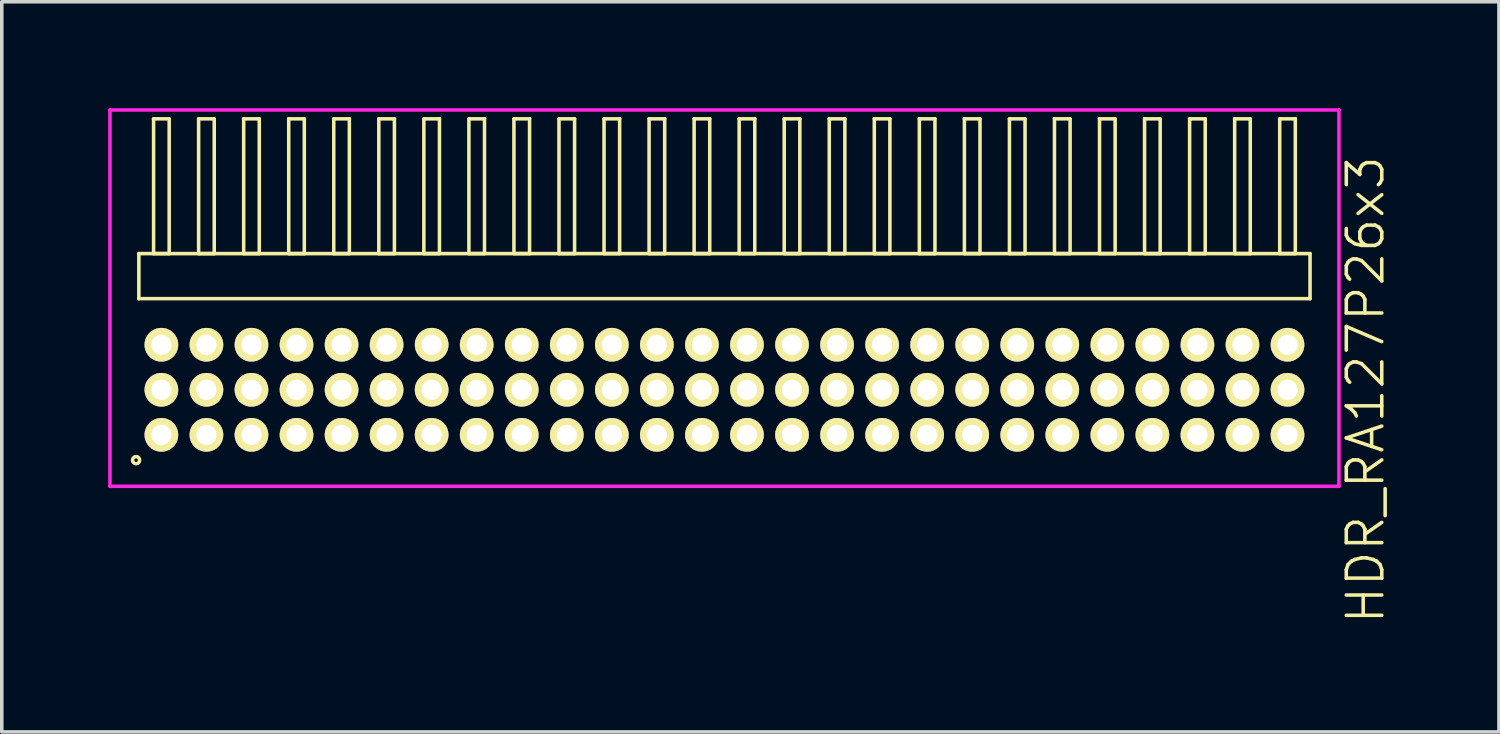
<source format=kicad_pcb>
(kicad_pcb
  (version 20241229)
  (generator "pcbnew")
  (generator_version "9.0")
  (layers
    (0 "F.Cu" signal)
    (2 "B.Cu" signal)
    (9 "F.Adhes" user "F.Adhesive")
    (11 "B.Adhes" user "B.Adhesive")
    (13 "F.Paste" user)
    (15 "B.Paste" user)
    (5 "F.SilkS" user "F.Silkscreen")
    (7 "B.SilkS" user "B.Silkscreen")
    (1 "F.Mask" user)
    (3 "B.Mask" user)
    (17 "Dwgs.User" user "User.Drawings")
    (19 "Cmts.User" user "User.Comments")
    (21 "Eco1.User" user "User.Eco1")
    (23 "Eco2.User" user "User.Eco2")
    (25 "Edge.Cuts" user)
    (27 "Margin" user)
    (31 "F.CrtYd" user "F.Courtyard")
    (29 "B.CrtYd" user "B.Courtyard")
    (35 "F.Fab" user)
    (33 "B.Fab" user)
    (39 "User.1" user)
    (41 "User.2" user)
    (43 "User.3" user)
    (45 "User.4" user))
  (footprint "HDR_RA127P26x3"
    (layer "F.Cu")
    (at 17.375 7.94)
    (property "Reference" "HDR_RA127P26x3" (at 18.075 0 90) (layer "F.SilkS") (effects (font (size 1 1) (thickness 0.1))))
    (attr through_hole)
    (fp_line (start -16.51 -3.84) (end -16.51 -2.57) (stroke (width 0.1) (type solid)) (layer "F.SilkS"))
    (fp_line (start -16.51 -2.57) (end 16.51 -2.57) (stroke (width 0.1) (type solid)) (layer "F.SilkS"))
    (fp_line (start -16.095 -7.64) (end -16.095 -3.84) (stroke (width 0.1) (type solid)) (layer "F.SilkS"))
    (fp_line (start -16.095 -3.84) (end -15.655 -3.84) (stroke (width 0.1) (type solid)) (layer "F.SilkS"))
    (fp_line (start -15.655 -7.64) (end -16.095 -7.64) (stroke (width 0.1) (type solid)) (layer "F.SilkS"))
    (fp_line (start -15.655 -3.84) (end -15.655 -7.64) (stroke (width 0.1) (type solid)) (layer "F.SilkS"))
    (fp_line (start -14.825 -7.64) (end -14.825 -3.84) (stroke (width 0.1) (type solid)) (layer "F.SilkS"))
    (fp_line (start -14.825 -3.84) (end -14.385 -3.84) (stroke (width 0.1) (type solid)) (layer "F.SilkS"))
    (fp_line (start -14.385 -7.64) (end -14.825 -7.64) (stroke (width 0.1) (type solid)) (layer "F.SilkS"))
    (fp_line (start -14.385 -3.84) (end -14.385 -7.64) (stroke (width 0.1) (type solid)) (layer "F.SilkS"))
    (fp_line (start -13.555 -7.64) (end -13.555 -3.84) (stroke (width 0.1) (type solid)) (layer "F.SilkS"))
    (fp_line (start -13.555 -3.84) (end -13.115 -3.84) (stroke (width 0.1) (type solid)) (layer "F.SilkS"))
    (fp_line (start -13.115 -7.64) (end -13.555 -7.64) (stroke (width 0.1) (type solid)) (layer "F.SilkS"))
    (fp_line (start -13.115 -3.84) (end -13.115 -7.64) (stroke (width 0.1) (type solid)) (layer "F.SilkS"))
    (fp_line (start -12.285 -7.64) (end -12.285 -3.84) (stroke (width 0.1) (type solid)) (layer "F.SilkS"))
    (fp_line (start -12.285 -3.84) (end -11.845 -3.84) (stroke (width 0.1) (type solid)) (layer "F.SilkS"))
    (fp_line (start -11.845 -7.64) (end -12.285 -7.64) (stroke (width 0.1) (type solid)) (layer "F.SilkS"))
    (fp_line (start -11.845 -3.84) (end -11.845 -7.64) (stroke (width 0.1) (type solid)) (layer "F.SilkS"))
    (fp_line (start -11.015 -7.64) (end -11.015 -3.84) (stroke (width 0.1) (type solid)) (layer "F.SilkS"))
    (fp_line (start -11.015 -3.84) (end -10.575 -3.84) (stroke (width 0.1) (type solid)) (layer "F.SilkS"))
    (fp_line (start -10.575 -7.64) (end -11.015 -7.64) (stroke (width 0.1) (type solid)) (layer "F.SilkS"))
    (fp_line (start -10.575 -3.84) (end -10.575 -7.64) (stroke (width 0.1) (type solid)) (layer "F.SilkS"))
    (fp_line (start -9.745 -7.64) (end -9.745 -3.84) (stroke (width 0.1) (type solid)) (layer "F.SilkS"))
    (fp_line (start -9.745 -3.84) (end -9.305 -3.84) (stroke (width 0.1) (type solid)) (layer "F.SilkS"))
    (fp_line (start -9.305 -7.64) (end -9.745 -7.64) (stroke (width 0.1) (type solid)) (layer "F.SilkS"))
    (fp_line (start -9.305 -3.84) (end -9.305 -7.64) (stroke (width 0.1) (type solid)) (layer "F.SilkS"))
    (fp_line (start -8.475 -7.64) (end -8.475 -3.84) (stroke (width 0.1) (type solid)) (layer "F.SilkS"))
    (fp_line (start -8.475 -3.84) (end -8.035 -3.84) (stroke (width 0.1) (type solid)) (layer "F.SilkS"))
    (fp_line (start -8.035 -7.64) (end -8.475 -7.64) (stroke (width 0.1) (type solid)) (layer "F.SilkS"))
    (fp_line (start -8.035 -3.84) (end -8.035 -7.64) (stroke (width 0.1) (type solid)) (layer "F.SilkS"))
    (fp_line (start -7.205 -7.64) (end -7.205 -3.84) (stroke (width 0.1) (type solid)) (layer "F.SilkS"))
    (fp_line (start -7.205 -3.84) (end -6.765 -3.84) (stroke (width 0.1) (type solid)) (layer "F.SilkS"))
    (fp_line (start -6.765 -7.64) (end -7.205 -7.64) (stroke (width 0.1) (type solid)) (layer "F.SilkS"))
    (fp_line (start -6.765 -3.84) (end -6.765 -7.64) (stroke (width 0.1) (type solid)) (layer "F.SilkS"))
    (fp_line (start -5.935 -7.64) (end -5.935 -3.84) (stroke (width 0.1) (type solid)) (layer "F.SilkS"))
    (fp_line (start -5.935 -3.84) (end -5.495 -3.84) (stroke (width 0.1) (type solid)) (layer "F.SilkS"))
    (fp_line (start -5.495 -7.64) (end -5.935 -7.64) (stroke (width 0.1) (type solid)) (layer "F.SilkS"))
    (fp_line (start -5.495 -3.84) (end -5.495 -7.64) (stroke (width 0.1) (type solid)) (layer "F.SilkS"))
    (fp_line (start -4.665 -7.64) (end -4.665 -3.84) (stroke (width 0.1) (type solid)) (layer "F.SilkS"))
    (fp_line (start -4.665 -3.84) (end -4.225 -3.84) (stroke (width 0.1) (type solid)) (layer "F.SilkS"))
    (fp_line (start -4.225 -7.64) (end -4.665 -7.64) (stroke (width 0.1) (type solid)) (layer "F.SilkS"))
    (fp_line (start -4.225 -3.84) (end -4.225 -7.64) (stroke (width 0.1) (type solid)) (layer "F.SilkS"))
    (fp_line (start -3.395 -7.64) (end -3.395 -3.84) (stroke (width 0.1) (type solid)) (layer "F.SilkS"))
    (fp_line (start -3.395 -3.84) (end -2.955 -3.84) (stroke (width 0.1) (type solid)) (layer "F.SilkS"))
    (fp_line (start -2.955 -7.64) (end -3.395 -7.64) (stroke (width 0.1) (type solid)) (layer "F.SilkS"))
    (fp_line (start -2.955 -3.84) (end -2.955 -7.64) (stroke (width 0.1) (type solid)) (layer "F.SilkS"))
    (fp_line (start -2.125 -7.64) (end -2.125 -3.84) (stroke (width 0.1) (type solid)) (layer "F.SilkS"))
    (fp_line (start -2.125 -3.84) (end -1.685 -3.84) (stroke (width 0.1) (type solid)) (layer "F.SilkS"))
    (fp_line (start -1.685 -7.64) (end -2.125 -7.64) (stroke (width 0.1) (type solid)) (layer "F.SilkS"))
    (fp_line (start -1.685 -3.84) (end -1.685 -7.64) (stroke (width 0.1) (type solid)) (layer "F.SilkS"))
    (fp_line (start -0.855 -7.64) (end -0.855 -3.84) (stroke (width 0.1) (type solid)) (layer "F.SilkS"))
    (fp_line (start -0.855 -3.84) (end -0.415 -3.84) (stroke (width 0.1) (type solid)) (layer "F.SilkS"))
    (fp_line (start -0.415 -7.64) (end -0.855 -7.64) (stroke (width 0.1) (type solid)) (layer "F.SilkS"))
    (fp_line (start -0.415 -3.84) (end -0.415 -7.64) (stroke (width 0.1) (type solid)) (layer "F.SilkS"))
    (fp_line (start 0.415 -7.64) (end 0.415 -3.84) (stroke (width 0.1) (type solid)) (layer "F.SilkS"))
    (fp_line (start 0.415 -3.84) (end 0.855 -3.84) (stroke (width 0.1) (type solid)) (layer "F.SilkS"))
    (fp_line (start 0.855 -7.64) (end 0.415 -7.64) (stroke (width 0.1) (type solid)) (layer "F.SilkS"))
    (fp_line (start 0.855 -3.84) (end 0.855 -7.64) (stroke (width 0.1) (type solid)) (layer "F.SilkS"))
    (fp_line (start 1.685 -7.64) (end 1.685 -3.84) (stroke (width 0.1) (type solid)) (layer "F.SilkS"))
    (fp_line (start 1.685 -3.84) (end 2.125 -3.84) (stroke (width 0.1) (type solid)) (layer "F.SilkS"))
    (fp_line (start 2.125 -7.64) (end 1.685 -7.64) (stroke (width 0.1) (type solid)) (layer "F.SilkS"))
    (fp_line (start 2.125 -3.84) (end 2.125 -7.64) (stroke (width 0.1) (type solid)) (layer "F.SilkS"))
    (fp_line (start 2.955 -7.64) (end 2.955 -3.84) (stroke (width 0.1) (type solid)) (layer "F.SilkS"))
    (fp_line (start 2.955 -3.84) (end 3.395 -3.84) (stroke (width 0.1) (type solid)) (layer "F.SilkS"))
    (fp_line (start 3.395 -7.64) (end 2.955 -7.64) (stroke (width 0.1) (type solid)) (layer "F.SilkS"))
    (fp_line (start 3.395 -3.84) (end 3.395 -7.64) (stroke (width 0.1) (type solid)) (layer "F.SilkS"))
    (fp_line (start 4.225 -7.64) (end 4.225 -3.84) (stroke (width 0.1) (type solid)) (layer "F.SilkS"))
    (fp_line (start 4.225 -3.84) (end 4.665 -3.84) (stroke (width 0.1) (type solid)) (layer "F.SilkS"))
    (fp_line (start 4.665 -7.64) (end 4.225 -7.64) (stroke (width 0.1) (type solid)) (layer "F.SilkS"))
    (fp_line (start 4.665 -3.84) (end 4.665 -7.64) (stroke (width 0.1) (type solid)) (layer "F.SilkS"))
    (fp_line (start 5.495 -7.64) (end 5.495 -3.84) (stroke (width 0.1) (type solid)) (layer "F.SilkS"))
    (fp_line (start 5.495 -3.84) (end 5.935 -3.84) (stroke (width 0.1) (type solid)) (layer "F.SilkS"))
    (fp_line (start 5.935 -7.64) (end 5.495 -7.64) (stroke (width 0.1) (type solid)) (layer "F.SilkS"))
    (fp_line (start 5.935 -3.84) (end 5.935 -7.64) (stroke (width 0.1) (type solid)) (layer "F.SilkS"))
    (fp_line (start 6.765 -7.64) (end 6.765 -3.84) (stroke (width 0.1) (type solid)) (layer "F.SilkS"))
    (fp_line (start 6.765 -3.84) (end 7.205 -3.84) (stroke (width 0.1) (type solid)) (layer "F.SilkS"))
    (fp_line (start 7.205 -7.64) (end 6.765 -7.64) (stroke (width 0.1) (type solid)) (layer "F.SilkS"))
    (fp_line (start 7.205 -3.84) (end 7.205 -7.64) (stroke (width 0.1) (type solid)) (layer "F.SilkS"))
    (fp_line (start 8.035 -7.64) (end 8.035 -3.84) (stroke (width 0.1) (type solid)) (layer "F.SilkS"))
    (fp_line (start 8.035 -3.84) (end 8.475 -3.84) (stroke (width 0.1) (type solid)) (layer "F.SilkS"))
    (fp_line (start 8.475 -7.64) (end 8.035 -7.64) (stroke (width 0.1) (type solid)) (layer "F.SilkS"))
    (fp_line (start 8.475 -3.84) (end 8.475 -7.64) (stroke (width 0.1) (type solid)) (layer "F.SilkS"))
    (fp_line (start 9.305 -7.64) (end 9.305 -3.84) (stroke (width 0.1) (type solid)) (layer "F.SilkS"))
    (fp_line (start 9.305 -3.84) (end 9.745 -3.84) (stroke (width 0.1) (type solid)) (layer "F.SilkS"))
    (fp_line (start 9.745 -7.64) (end 9.305 -7.64) (stroke (width 0.1) (type solid)) (layer "F.SilkS"))
    (fp_line (start 9.745 -3.84) (end 9.745 -7.64) (stroke (width 0.1) (type solid)) (layer "F.SilkS"))
    (fp_line (start 10.575 -7.64) (end 10.575 -3.84) (stroke (width 0.1) (type solid)) (layer "F.SilkS"))
    (fp_line (start 10.575 -3.84) (end 11.015 -3.84) (stroke (width 0.1) (type solid)) (layer "F.SilkS"))
    (fp_line (start 11.015 -7.64) (end 10.575 -7.64) (stroke (width 0.1) (type solid)) (layer "F.SilkS"))
    (fp_line (start 11.015 -3.84) (end 11.015 -7.64) (stroke (width 0.1) (type solid)) (layer "F.SilkS"))
    (fp_line (start 11.845 -7.64) (end 11.845 -3.84) (stroke (width 0.1) (type solid)) (layer "F.SilkS"))
    (fp_line (start 11.845 -3.84) (end 12.285 -3.84) (stroke (width 0.1) (type solid)) (layer "F.SilkS"))
    (fp_line (start 12.285 -7.64) (end 11.845 -7.64) (stroke (width 0.1) (type solid)) (layer "F.SilkS"))
    (fp_line (start 12.285 -3.84) (end 12.285 -7.64) (stroke (width 0.1) (type solid)) (layer "F.SilkS"))
    (fp_line (start 13.115 -7.64) (end 13.115 -3.84) (stroke (width 0.1) (type solid)) (layer "F.SilkS"))
    (fp_line (start 13.115 -3.84) (end 13.555 -3.84) (stroke (width 0.1) (type solid)) (layer "F.SilkS"))
    (fp_line (start 13.555 -7.64) (end 13.115 -7.64) (stroke (width 0.1) (type solid)) (layer "F.SilkS"))
    (fp_line (start 13.555 -3.84) (end 13.555 -7.64) (stroke (width 0.1) (type solid)) (layer "F.SilkS"))
    (fp_line (start 14.385 -7.64) (end 14.385 -3.84) (stroke (width 0.1) (type solid)) (layer "F.SilkS"))
    (fp_line (start 14.385 -3.84) (end 14.825 -3.84) (stroke (width 0.1) (type solid)) (layer "F.SilkS"))
    (fp_line (start 14.825 -7.64) (end 14.385 -7.64) (stroke (width 0.1) (type solid)) (layer "F.SilkS"))
    (fp_line (start 14.825 -3.84) (end 14.825 -7.64) (stroke (width 0.1) (type solid)) (layer "F.SilkS"))
    (fp_line (start 15.655 -7.64) (end 15.655 -3.84) (stroke (width 0.1) (type solid)) (layer "F.SilkS"))
    (fp_line (start 15.655 -3.84) (end 16.095 -3.84) (stroke (width 0.1) (type solid)) (layer "F.SilkS"))
    (fp_line (start 16.095 -7.64) (end 15.655 -7.64) (stroke (width 0.1) (type solid)) (layer "F.SilkS"))
    (fp_line (start 16.095 -3.84) (end 16.095 -7.64) (stroke (width 0.1) (type solid)) (layer "F.SilkS"))
    (fp_line (start 16.51 -3.84) (end -16.51 -3.84) (stroke (width 0.1) (type solid)) (layer "F.SilkS"))
    (fp_line (start 16.51 -2.57) (end 16.51 -3.84) (stroke (width 0.1) (type solid)) (layer "F.SilkS"))
    (fp_circle (center -16.588 1.983) (end -16.488 1.983) (stroke (width 0.1) (type solid)) (fill no) (layer "F.SilkS"))
    (fp_line (start -17.325 -7.89) (end -17.325 2.72) (stroke (width 0.1) (type solid)) (layer "F.CrtYd"))
    (fp_line (start -17.325 2.72) (end 17.325 2.72) (stroke (width 0.1) (type solid)) (layer "F.CrtYd"))
    (fp_line (start 17.325 -7.89) (end -17.325 -7.89) (stroke (width 0.1) (type solid)) (layer "F.CrtYd"))
    (fp_line (start 17.325 2.72) (end 17.325 -7.89) (stroke (width 0.1) (type solid)) (layer "F.CrtYd"))
    (pad "1" thru_hole oval (at -15.875 1.27) (size 0.95 0.95) (drill 0.57) (layers "*.Cu" "*.Mask" "F.SilkS"))
    (pad "2" thru_hole oval (at -15.875 0) (size 0.95 0.95) (drill 0.57) (layers "*.Cu" "*.Mask" "F.SilkS"))
    (pad "3" thru_hole oval (at -15.875 -1.27) (size 0.95 0.95) (drill 0.57) (layers "*.Cu" "*.Mask" "F.SilkS"))
    (pad "4" thru_hole oval (at -14.605 1.27) (size 0.95 0.95) (drill 0.57) (layers "*.Cu" "*.Mask" "F.SilkS"))
    (pad "5" thru_hole oval (at -14.605 0) (size 0.95 0.95) (drill 0.57) (layers "*.Cu" "*.Mask" "F.SilkS"))
    (pad "6" thru_hole oval (at -14.605 -1.27) (size 0.95 0.95) (drill 0.57) (layers "*.Cu" "*.Mask" "F.SilkS"))
    (pad "7" thru_hole oval (at -13.335 1.27) (size 0.95 0.95) (drill 0.57) (layers "*.Cu" "*.Mask" "F.SilkS"))
    (pad "8" thru_hole oval (at -13.335 0) (size 0.95 0.95) (drill 0.57) (layers "*.Cu" "*.Mask" "F.SilkS"))
    (pad "9" thru_hole oval (at -13.335 -1.27) (size 0.95 0.95) (drill 0.57) (layers "*.Cu" "*.Mask" "F.SilkS"))
    (pad "10" thru_hole oval (at -12.065 1.27) (size 0.95 0.95) (drill 0.57) (layers "*.Cu" "*.Mask" "F.SilkS"))
    (pad "11" thru_hole oval (at -12.065 0) (size 0.95 0.95) (drill 0.57) (layers "*.Cu" "*.Mask" "F.SilkS"))
    (pad "12" thru_hole oval (at -12.065 -1.27) (size 0.95 0.95) (drill 0.57) (layers "*.Cu" "*.Mask" "F.SilkS"))
    (pad "13" thru_hole oval (at -10.795 1.27) (size 0.95 0.95) (drill 0.57) (layers "*.Cu" "*.Mask" "F.SilkS"))
    (pad "14" thru_hole oval (at -10.795 0) (size 0.95 0.95) (drill 0.57) (layers "*.Cu" "*.Mask" "F.SilkS"))
    (pad "15" thru_hole oval (at -10.795 -1.27) (size 0.95 0.95) (drill 0.57) (layers "*.Cu" "*.Mask" "F.SilkS"))
    (pad "16" thru_hole oval (at -9.525 1.27) (size 0.95 0.95) (drill 0.57) (layers "*.Cu" "*.Mask" "F.SilkS"))
    (pad "17" thru_hole oval (at -9.525 0) (size 0.95 0.95) (drill 0.57) (layers "*.Cu" "*.Mask" "F.SilkS"))
    (pad "18" thru_hole oval (at -9.525 -1.27) (size 0.95 0.95) (drill 0.57) (layers "*.Cu" "*.Mask" "F.SilkS"))
    (pad "19" thru_hole oval (at -8.255 1.27) (size 0.95 0.95) (drill 0.57) (layers "*.Cu" "*.Mask" "F.SilkS"))
    (pad "20" thru_hole oval (at -8.255 0) (size 0.95 0.95) (drill 0.57) (layers "*.Cu" "*.Mask" "F.SilkS"))
    (pad "21" thru_hole oval (at -8.255 -1.27) (size 0.95 0.95) (drill 0.57) (layers "*.Cu" "*.Mask" "F.SilkS"))
    (pad "22" thru_hole oval (at -6.985 1.27) (size 0.95 0.95) (drill 0.57) (layers "*.Cu" "*.Mask" "F.SilkS"))
    (pad "23" thru_hole oval (at -6.985 0) (size 0.95 0.95) (drill 0.57) (layers "*.Cu" "*.Mask" "F.SilkS"))
    (pad "24" thru_hole oval (at -6.985 -1.27) (size 0.95 0.95) (drill 0.57) (layers "*.Cu" "*.Mask" "F.SilkS"))
    (pad "25" thru_hole oval (at -5.715 1.27) (size 0.95 0.95) (drill 0.57) (layers "*.Cu" "*.Mask" "F.SilkS"))
    (pad "26" thru_hole oval (at -5.715 0) (size 0.95 0.95) (drill 0.57) (layers "*.Cu" "*.Mask" "F.SilkS"))
    (pad "27" thru_hole oval (at -5.715 -1.27) (size 0.95 0.95) (drill 0.57) (layers "*.Cu" "*.Mask" "F.SilkS"))
    (pad "28" thru_hole oval (at -4.445 1.27) (size 0.95 0.95) (drill 0.57) (layers "*.Cu" "*.Mask" "F.SilkS"))
    (pad "29" thru_hole oval (at -4.445 0) (size 0.95 0.95) (drill 0.57) (layers "*.Cu" "*.Mask" "F.SilkS"))
    (pad "30" thru_hole oval (at -4.445 -1.27) (size 0.95 0.95) (drill 0.57) (layers "*.Cu" "*.Mask" "F.SilkS"))
    (pad "31" thru_hole oval (at -3.175 1.27) (size 0.95 0.95) (drill 0.57) (layers "*.Cu" "*.Mask" "F.SilkS"))
    (pad "32" thru_hole oval (at -3.175 0) (size 0.95 0.95) (drill 0.57) (layers "*.Cu" "*.Mask" "F.SilkS"))
    (pad "33" thru_hole oval (at -3.175 -1.27) (size 0.95 0.95) (drill 0.57) (layers "*.Cu" "*.Mask" "F.SilkS"))
    (pad "34" thru_hole oval (at -1.905 1.27) (size 0.95 0.95) (drill 0.57) (layers "*.Cu" "*.Mask" "F.SilkS"))
    (pad "35" thru_hole oval (at -1.905 0) (size 0.95 0.95) (drill 0.57) (layers "*.Cu" "*.Mask" "F.SilkS"))
    (pad "36" thru_hole oval (at -1.905 -1.27) (size 0.95 0.95) (drill 0.57) (layers "*.Cu" "*.Mask" "F.SilkS"))
    (pad "37" thru_hole oval (at -0.635 1.27) (size 0.95 0.95) (drill 0.57) (layers "*.Cu" "*.Mask" "F.SilkS"))
    (pad "38" thru_hole oval (at -0.635 0) (size 0.95 0.95) (drill 0.57) (layers "*.Cu" "*.Mask" "F.SilkS"))
    (pad "39" thru_hole oval (at -0.635 -1.27) (size 0.95 0.95) (drill 0.57) (layers "*.Cu" "*.Mask" "F.SilkS"))
    (pad "40" thru_hole oval (at 0.635 1.27) (size 0.95 0.95) (drill 0.57) (layers "*.Cu" "*.Mask" "F.SilkS"))
    (pad "41" thru_hole oval (at 0.635 0) (size 0.95 0.95) (drill 0.57) (layers "*.Cu" "*.Mask" "F.SilkS"))
    (pad "42" thru_hole oval (at 0.635 -1.27) (size 0.95 0.95) (drill 0.57) (layers "*.Cu" "*.Mask" "F.SilkS"))
    (pad "43" thru_hole oval (at 1.905 1.27) (size 0.95 0.95) (drill 0.57) (layers "*.Cu" "*.Mask" "F.SilkS"))
    (pad "44" thru_hole oval (at 1.905 0) (size 0.95 0.95) (drill 0.57) (layers "*.Cu" "*.Mask" "F.SilkS"))
    (pad "45" thru_hole oval (at 1.905 -1.27) (size 0.95 0.95) (drill 0.57) (layers "*.Cu" "*.Mask" "F.SilkS"))
    (pad "46" thru_hole oval (at 3.175 1.27) (size 0.95 0.95) (drill 0.57) (layers "*.Cu" "*.Mask" "F.SilkS"))
    (pad "47" thru_hole oval (at 3.175 0) (size 0.95 0.95) (drill 0.57) (layers "*.Cu" "*.Mask" "F.SilkS"))
    (pad "48" thru_hole oval (at 3.175 -1.27) (size 0.95 0.95) (drill 0.57) (layers "*.Cu" "*.Mask" "F.SilkS"))
    (pad "49" thru_hole oval (at 4.445 1.27) (size 0.95 0.95) (drill 0.57) (layers "*.Cu" "*.Mask" "F.SilkS"))
    (pad "50" thru_hole oval (at 4.445 0) (size 0.95 0.95) (drill 0.57) (layers "*.Cu" "*.Mask" "F.SilkS"))
    (pad "51" thru_hole oval (at 4.445 -1.27) (size 0.95 0.95) (drill 0.57) (layers "*.Cu" "*.Mask" "F.SilkS"))
    (pad "52" thru_hole oval (at 5.715 1.27) (size 0.95 0.95) (drill 0.57) (layers "*.Cu" "*.Mask" "F.SilkS"))
    (pad "53" thru_hole oval (at 5.715 0) (size 0.95 0.95) (drill 0.57) (layers "*.Cu" "*.Mask" "F.SilkS"))
    (pad "54" thru_hole oval (at 5.715 -1.27) (size 0.95 0.95) (drill 0.57) (layers "*.Cu" "*.Mask" "F.SilkS"))
    (pad "55" thru_hole oval (at 6.985 1.27) (size 0.95 0.95) (drill 0.57) (layers "*.Cu" "*.Mask" "F.SilkS"))
    (pad "56" thru_hole oval (at 6.985 0) (size 0.95 0.95) (drill 0.57) (layers "*.Cu" "*.Mask" "F.SilkS"))
    (pad "57" thru_hole oval (at 6.985 -1.27) (size 0.95 0.95) (drill 0.57) (layers "*.Cu" "*.Mask" "F.SilkS"))
    (pad "58" thru_hole oval (at 8.255 1.27) (size 0.95 0.95) (drill 0.57) (layers "*.Cu" "*.Mask" "F.SilkS"))
    (pad "59" thru_hole oval (at 8.255 0) (size 0.95 0.95) (drill 0.57) (layers "*.Cu" "*.Mask" "F.SilkS"))
    (pad "60" thru_hole oval (at 8.255 -1.27) (size 0.95 0.95) (drill 0.57) (layers "*.Cu" "*.Mask" "F.SilkS"))
    (pad "61" thru_hole oval (at 9.525 1.27) (size 0.95 0.95) (drill 0.57) (layers "*.Cu" "*.Mask" "F.SilkS"))
    (pad "62" thru_hole oval (at 9.525 0) (size 0.95 0.95) (drill 0.57) (layers "*.Cu" "*.Mask" "F.SilkS"))
    (pad "63" thru_hole oval (at 9.525 -1.27) (size 0.95 0.95) (drill 0.57) (layers "*.Cu" "*.Mask" "F.SilkS"))
    (pad "64" thru_hole oval (at 10.795 1.27) (size 0.95 0.95) (drill 0.57) (layers "*.Cu" "*.Mask" "F.SilkS"))
    (pad "65" thru_hole oval (at 10.795 0) (size 0.95 0.95) (drill 0.57) (layers "*.Cu" "*.Mask" "F.SilkS"))
    (pad "66" thru_hole oval (at 10.795 -1.27) (size 0.95 0.95) (drill 0.57) (layers "*.Cu" "*.Mask" "F.SilkS"))
    (pad "67" thru_hole oval (at 12.065 1.27) (size 0.95 0.95) (drill 0.57) (layers "*.Cu" "*.Mask" "F.SilkS"))
    (pad "68" thru_hole oval (at 12.065 0) (size 0.95 0.95) (drill 0.57) (layers "*.Cu" "*.Mask" "F.SilkS"))
    (pad "69" thru_hole oval (at 12.065 -1.27) (size 0.95 0.95) (drill 0.57) (layers "*.Cu" "*.Mask" "F.SilkS"))
    (pad "70" thru_hole oval (at 13.335 1.27) (size 0.95 0.95) (drill 0.57) (layers "*.Cu" "*.Mask" "F.SilkS"))
    (pad "71" thru_hole oval (at 13.335 0) (size 0.95 0.95) (drill 0.57) (layers "*.Cu" "*.Mask" "F.SilkS"))
    (pad "72" thru_hole oval (at 13.335 -1.27) (size 0.95 0.95) (drill 0.57) (layers "*.Cu" "*.Mask" "F.SilkS"))
    (pad "73" thru_hole oval (at 14.605 1.27) (size 0.95 0.95) (drill 0.57) (layers "*.Cu" "*.Mask" "F.SilkS"))
    (pad "74" thru_hole oval (at 14.605 0) (size 0.95 0.95) (drill 0.57) (layers "*.Cu" "*.Mask" "F.SilkS"))
    (pad "75" thru_hole oval (at 14.605 -1.27) (size 0.95 0.95) (drill 0.57) (layers "*.Cu" "*.Mask" "F.SilkS"))
    (pad "76" thru_hole oval (at 15.875 1.27) (size 0.95 0.95) (drill 0.57) (layers "*.Cu" "*.Mask" "F.SilkS"))
    (pad "77" thru_hole oval (at 15.875 0) (size 0.95 0.95) (drill 0.57) (layers "*.Cu" "*.Mask" "F.SilkS"))
    (pad "78" thru_hole oval (at 15.875 -1.27) (size 0.95 0.95) (drill 0.57) (layers "*.Cu" "*.Mask" "F.SilkS")))
  (gr_rect
    (start -3 -3)
    (end 39.211 17.585)
    (stroke (width 0.1) (type default))
    (fill no)
    (layer "Edge.Cuts")))
</source>
